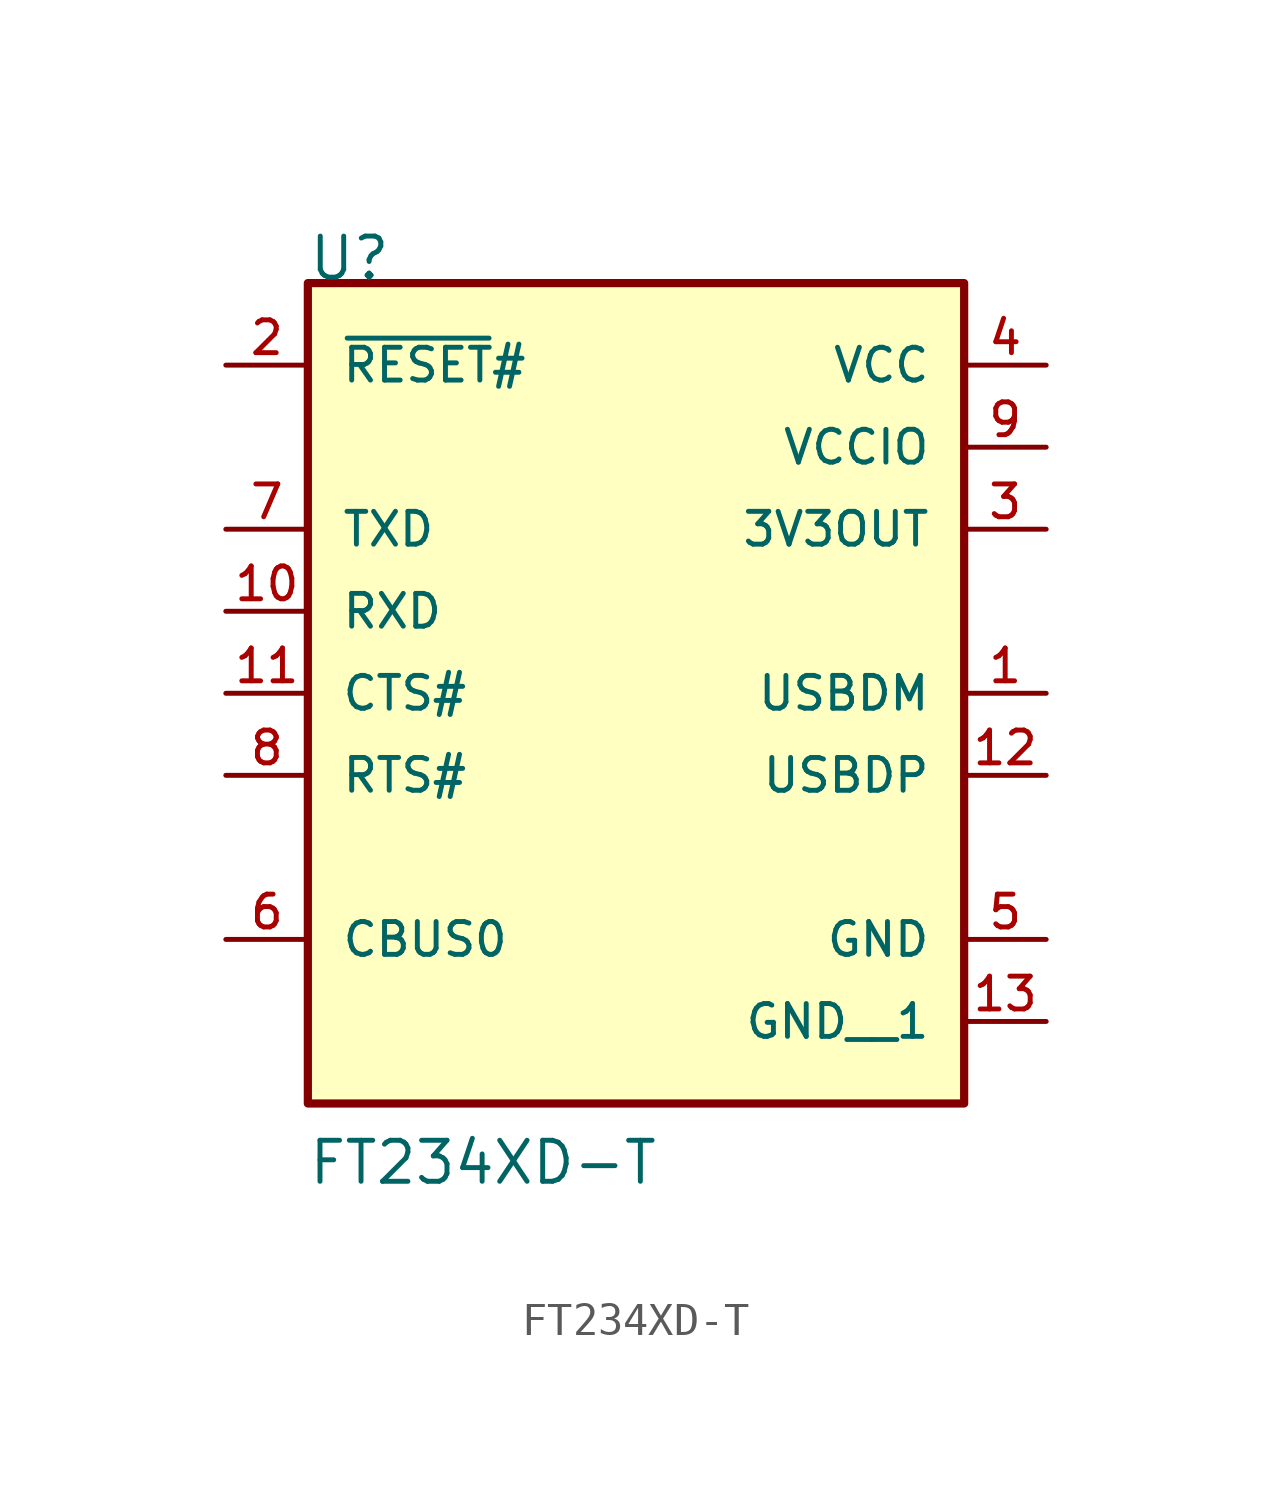
<source format=kicad_sym>
(kicad_symbol_lib
  (version 20211014)
  (generator kicad_symbol_editor)
  (symbol "FT234XD-T"
    (pin_names
      (offset 1.016))
    (property "Reference" "U"
      (at -10.178 12.722 0)
      (effects (font (size 1.27 1.27)) (justify bottom left)))
    (property "Value" "FT234XD-T"
      (at -10.186 -15.272 0)
      (effects (font (size 1.27 1.27)) (justify bottom left)))
    (symbol "FT234XD-T_0_0"
      (rectangle (start -10.16 -12.7) (end 10.16 12.7) (stroke (width 0.254)) (fill (type background)))
      (pin power_in line (at 12.7 5.08 180.0) (length 2.54) (name "3V3OUT" (effects (font (size 1.016 1.016)))) (number "3" (effects (font (size 1.016 1.016)))))
      (pin power_in line (at 12.7 -7.62 180.0) (length 2.54) (name "GND" (effects (font (size 1.016 1.016)))) (number "5" (effects (font (size 1.016 1.016)))))
      (pin bidirectional line (at 12.7 0.0 180.0) (length 2.54) (name "USBDM" (effects (font (size 1.016 1.016)))) (number "1" (effects (font (size 1.016 1.016)))))
      (pin power_in line (at 12.7 10.16 180.0) (length 2.54) (name "VCC" (effects (font (size 1.016 1.016)))) (number "4" (effects (font (size 1.016 1.016)))))
      (pin power_in line (at 12.7 7.62 180.0) (length 2.54) (name "VCCIO" (effects (font (size 1.016 1.016)))) (number "9" (effects (font (size 1.016 1.016)))))
      (pin bidirectional line (at 12.7 -2.54 180.0) (length 2.54) (name "USBDP" (effects (font (size 1.016 1.016)))) (number "12" (effects (font (size 1.016 1.016)))))
      (pin input line (at -12.7 10.16 0) (length 2.54) (name "~{RESET}#" (effects (font (size 1.016 1.016)))) (number "2" (effects (font (size 1.016 1.016)))))
      (pin output line (at -12.7 5.08 0) (length 2.54) (name "TXD" (effects (font (size 1.016 1.016)))) (number "7" (effects (font (size 1.016 1.016)))))
      (pin input line (at -12.7 2.54 0) (length 2.54) (name "RXD" (effects (font (size 1.016 1.016)))) (number "10" (effects (font (size 1.016 1.016)))))
      (pin output line (at -12.7 -2.54 0) (length 2.54) (name "RTS#" (effects (font (size 1.016 1.016)))) (number "8" (effects (font (size 1.016 1.016)))))
      (pin input line (at -12.7 0.0 0) (length 2.54) (name "CTS#" (effects (font (size 1.016 1.016)))) (number "11" (effects (font (size 1.016 1.016)))))
      (pin bidirectional line (at -12.7 -7.62 0) (length 2.54) (name "CBUS0" (effects (font (size 1.016 1.016)))) (number "6" (effects (font (size 1.016 1.016)))))
      (pin power_in line (at 12.7 -10.16 180.0) (length 2.54) (name "GND__1" (effects (font (size 1.016 1.016)))) (number "13" (effects (font (size 1.016 1.016))))))))
</source>
